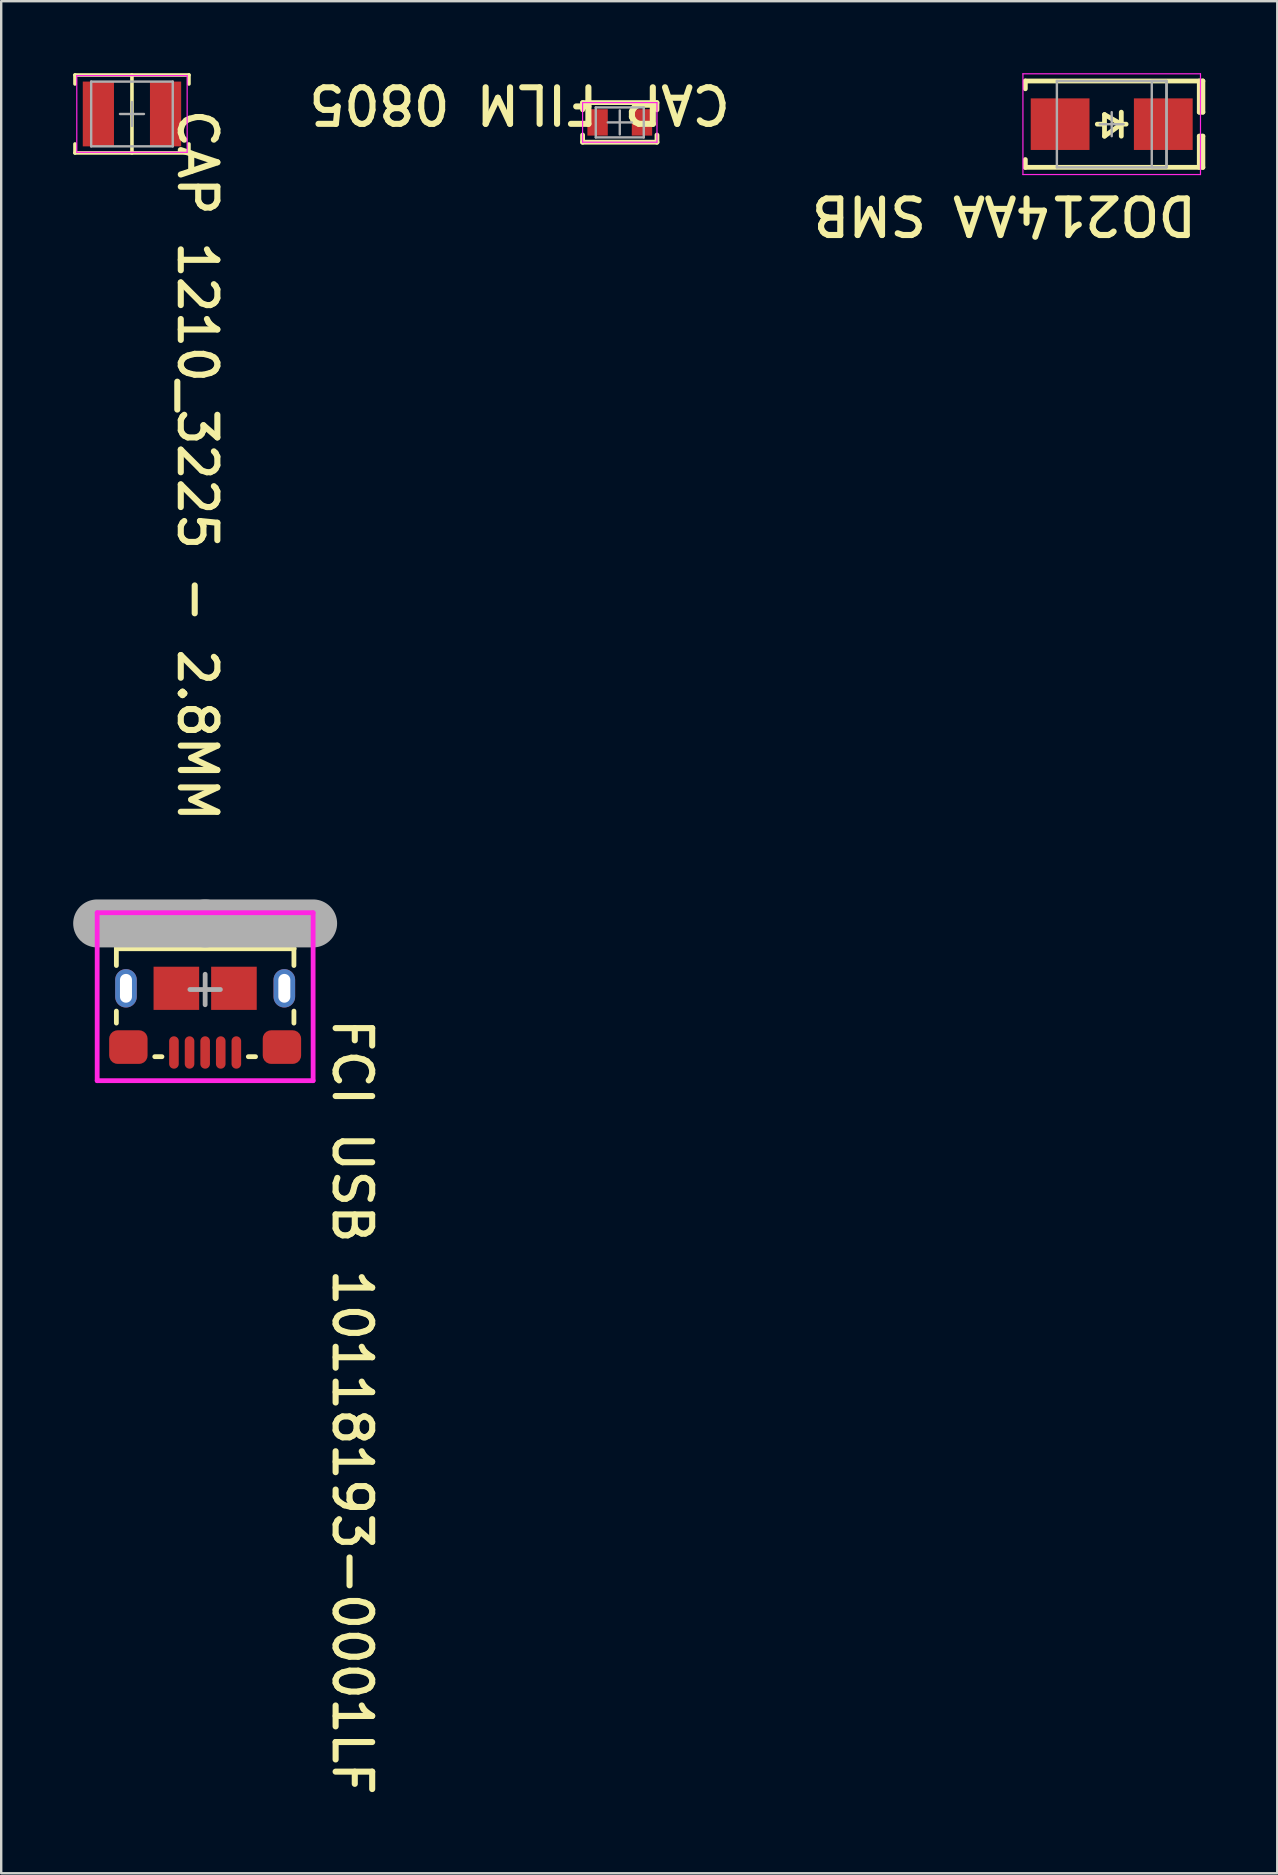
<source format=kicad_pcb>
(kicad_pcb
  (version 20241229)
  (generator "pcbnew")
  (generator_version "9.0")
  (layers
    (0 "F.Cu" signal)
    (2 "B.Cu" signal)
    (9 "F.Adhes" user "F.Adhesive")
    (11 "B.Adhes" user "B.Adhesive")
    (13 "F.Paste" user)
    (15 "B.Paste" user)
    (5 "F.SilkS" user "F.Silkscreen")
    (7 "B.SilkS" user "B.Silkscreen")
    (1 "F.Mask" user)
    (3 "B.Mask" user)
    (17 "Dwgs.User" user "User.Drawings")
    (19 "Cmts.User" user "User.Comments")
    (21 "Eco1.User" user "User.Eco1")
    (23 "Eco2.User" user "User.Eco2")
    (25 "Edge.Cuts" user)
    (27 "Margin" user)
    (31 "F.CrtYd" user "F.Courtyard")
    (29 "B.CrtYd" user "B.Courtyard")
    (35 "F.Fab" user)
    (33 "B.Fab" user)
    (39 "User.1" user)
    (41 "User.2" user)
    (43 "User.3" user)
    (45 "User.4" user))
  (footprint "FCI USB 10118193-0001LF"
    (layer "F.Cu")
    (at 5.5 38.19)
    (property "Reference" "FCI USB 10118193-0001LF" (at 5.238 1.08 270) (unlocked yes) (layer "F.SilkS") (effects (font (size 1.524 1.524) (thickness 0.254)) (justify left bottom)))
    (fp_line (start -3.7 -2.8) (end -3.7 -1.7) (stroke (width 0.2) (type solid)) (layer "F.SilkS"))
    (fp_line (start -3.7 -1.7) (end -3.7 -1) (stroke (width 0.2) (type solid)) (layer "F.SilkS"))
    (fp_line (start -3.7 0.9) (end -3.7 1.4) (stroke (width 0.2) (type solid)) (layer "F.SilkS"))
    (fp_line (start -1.8 2.8) (end -2.1 2.8) (stroke (width 0.2) (type solid)) (layer "F.SilkS"))
    (fp_line (start 2.1 2.8) (end 1.8 2.8) (stroke (width 0.2) (type solid)) (layer "F.SilkS"))
    (fp_line (start 3.7 -2.8) (end -3.7 -2.8) (stroke (width 0.2) (type solid)) (layer "F.SilkS"))
    (fp_line (start 3.7 -2.8) (end 3.7 -1.7) (stroke (width 0.2) (type solid)) (layer "F.SilkS"))
    (fp_line (start 3.7 -1.7) (end -3.7 -1.7) (stroke (width 0.2) (type solid)) (layer "F.SilkS"))
    (fp_line (start 3.7 -1.7) (end 3.7 -1) (stroke (width 0.2) (type solid)) (layer "F.SilkS"))
    (fp_line (start 3.7 0.9) (end 3.7 1.4) (stroke (width 0.2) (type solid)) (layer "F.SilkS"))
    (fp_line (start -4.5 -3.2) (end -4.5 3.8) (stroke (width 0.2) (type solid)) (layer "F.CrtYd"))
    (fp_line (start 4.5 -3.2) (end -4.5 -3.2) (stroke (width 0.2) (type solid)) (layer "F.CrtYd"))
    (fp_line (start 4.5 -3.2) (end 4.5 3.8) (stroke (width 0.2) (type solid)) (layer "F.CrtYd"))
    (fp_line (start 4.5 3.8) (end -4.5 3.8) (stroke (width 0.2) (type solid)) (layer "F.CrtYd"))
    (fp_line (start 0 -2.754) (end -4.5 -2.754) (stroke (width 2) (type solid)) (layer "F.Fab"))
    (fp_line (start 0 -0.635) (end 0 0.635) (stroke (width 0.2) (type solid)) (layer "F.Fab"))
    (fp_line (start 0.635 0) (end -0.635 0) (stroke (width 0.2) (type solid)) (layer "F.Fab"))
    (fp_line (start 4.5 -2.754) (end 0 -2.754) (stroke (width 2) (type solid)) (layer "F.Fab"))
    (pad "1" smd oval (at 1.3 2.625 180) (size 0.4 1.35) (layers "F.Cu" "F.Mask" "F.Paste"))
    (pad "2" smd oval (at 0.65 2.625 180) (size 0.4 1.35) (layers "F.Cu" "F.Mask" "F.Paste"))
    (pad "3" smd oval (at 0 2.625 180) (size 0.4 1.35) (layers "F.Cu" "F.Mask" "F.Paste"))
    (pad "4" smd oval (at -0.65 2.625) (size 0.4 1.35) (layers "F.Cu" "F.Mask" "F.Paste"))
    (pad "5" smd oval (at -1.3 2.625) (size 0.4 1.35) (layers "F.Cu" "F.Mask" "F.Paste"))
    (pad "6" thru_hole oval (at -3.3 -0.05 270) (size 1.6 0.9) (drill oval 1.2 0.5) (layers "*.Cu" "*.Mask"))
    (pad "6" smd roundrect (at -3.2 2.4 180) (size 1.6 1.4) (layers "F.Cu" "F.Mask" "F.Paste") (roundrect_rratio 0.25))
    (pad "6" smd rect (at -1.2 -0.05 180) (size 1.9 1.8) (layers "F.Cu" "F.Mask" "F.Paste"))
    (pad "6" smd rect (at 1.2 -0.05) (size 1.9 1.8) (layers "F.Cu" "F.Mask" "F.Paste"))
    (pad "6" smd roundrect (at 3.2 2.4) (size 1.6 1.4) (layers "F.Cu" "F.Mask" "F.Paste") (roundrect_rratio 0.25))
    (pad "6" thru_hole oval (at 3.3 -0.05 270) (size 1.6 0.9) (drill oval 1.2 0.5) (layers "*.Cu" "*.Mask")))
  (footprint "DO214AA SMB"
    (layer "F.Cu")
    (at 43.283 2.125)
    (property "Reference" "DO214AA SMB" (at 3.658 2.896 180) (unlocked yes) (layer "F.SilkS") (effects (font (size 1.524 1.524) (thickness 0.254)) (justify left bottom)))
    (fp_line (start -3.6 -1.8) (end -3.6 -1.475) (stroke (width 0.2) (type solid)) (layer "F.SilkS"))
    (fp_line (start -3.6 -1.8) (end 3.8 -1.8) (stroke (width 0.2) (type solid)) (layer "F.SilkS"))
    (fp_line (start -3.6 1.475) (end -3.6 1.8) (stroke (width 0.2) (type solid)) (layer "F.SilkS"))
    (fp_line (start -3.6 1.8) (end 3.8 1.8) (stroke (width 0.2) (type solid)) (layer "F.SilkS"))
    (fp_line (start -0.6 0) (end -0.3 0) (stroke (width 0.2) (type solid)) (layer "F.SilkS"))
    (fp_line (start -0.3 -0.4) (end -0.3 0.5) (stroke (width 0.2) (type solid)) (layer "F.SilkS"))
    (fp_line (start -0.3 -0.4) (end 0.4 0) (stroke (width 0.2) (type solid)) (layer "F.SilkS"))
    (fp_line (start -0.3 0.5) (end 0.4 0) (stroke (width 0.2) (type solid)) (layer "F.SilkS"))
    (fp_line (start 0.4 -0.5) (end 0.4 0.5) (stroke (width 0.2) (type solid)) (layer "F.SilkS"))
    (fp_line (start 0.4 0) (end 0.6 0) (stroke (width 0.2) (type solid)) (layer "F.SilkS"))
    (fp_line (start 3.65 -1.8) (end 3.65 -0.5) (stroke (width 0.2) (type solid)) (layer "F.SilkS"))
    (fp_line (start 3.65 -0.5) (end 3.8 -0.5) (stroke (width 0.2) (type solid)) (layer "F.SilkS"))
    (fp_line (start 3.65 0.5) (end 3.65 1.8) (stroke (width 0.2) (type solid)) (layer "F.SilkS"))
    (fp_line (start 3.65 0.5) (end 3.8 0.5) (stroke (width 0.2) (type solid)) (layer "F.SilkS"))
    (fp_line (start 3.8 -1.8) (end 3.8 -0.5) (stroke (width 0.2) (type solid)) (layer "F.SilkS"))
    (fp_line (start 3.8 0.5) (end 3.8 1.8) (stroke (width 0.2) (type solid)) (layer "F.SilkS"))
    (fp_line (start -3.7 -2.1) (end -3.7 2.1) (stroke (width 0.05) (type solid)) (layer "F.CrtYd"))
    (fp_line (start -3.7 -2.1) (end 3.7 -2.1) (stroke (width 0.05) (type solid)) (layer "F.CrtYd"))
    (fp_line (start -3.7 2.1) (end 3.7 2.1) (stroke (width 0.05) (type solid)) (layer "F.CrtYd"))
    (fp_line (start 3.7 -2.1) (end 3.7 2.1) (stroke (width 0.05) (type solid)) (layer "F.CrtYd"))
    (fp_line (start -2.285 -1.8) (end -2.285 1.8) (stroke (width 0.1) (type solid)) (layer "F.Fab"))
    (fp_line (start -2.285 -1.8) (end 2.285 -1.8) (stroke (width 0.1) (type solid)) (layer "F.Fab"))
    (fp_line (start -2.285 1.8) (end 2.285 1.8) (stroke (width 0.1) (type solid)) (layer "F.Fab"))
    (fp_line (start -0.5 0) (end 0.5 0) (stroke (width 0.1) (type solid)) (layer "F.Fab"))
    (fp_line (start 0 -0.5) (end 0 0.5) (stroke (width 0.1) (type solid)) (layer "F.Fab"))
    (fp_line (start 2.285 -1.8) (end 2.285 1.8) (stroke (width 0.1) (type solid)) (layer "F.Fab"))
    (fp_rect (start 1.67 -1.8) (end 2.285 1.8) (stroke (width 0.1) (type default)) (fill no) (layer "F.Fab"))
    (pad "1" smd rect (at -2.15 0 90) (size 2.15 2.45) (layers "F.Cu" "F.Mask" "F.Paste"))
    (pad "2" smd rect (at 2.15 0 90) (size 2.15 2.45) (layers "F.Cu" "F.Mask" "F.Paste")))
  (footprint "CAP 1210_3225 - 2.8MM"
    (layer "F.Cu")
    (at 2.45 1.7)
    (property "Reference" "CAP 1210_3225 - 2.8MM" (at 1.835 -0.33 270) (unlocked yes) (layer "F.SilkS") (effects (font (size 1.524 1.524) (thickness 0.254)) (justify left bottom)))
    (fp_line (start -2.375 -1.625) (end 2.375 -1.625) (stroke (width 0.15) (type solid)) (layer "F.SilkS"))
    (fp_line (start -2.375 -1.25) (end -2.375 -1.625) (stroke (width 0.15) (type solid)) (layer "F.SilkS"))
    (fp_line (start -2.375 1.625) (end -2.375 1.25) (stroke (width 0.15) (type solid)) (layer "F.SilkS"))
    (fp_line (start -2.375 1.625) (end 2.375 1.625) (stroke (width 0.15) (type solid)) (layer "F.SilkS"))
    (fp_line (start 0 1.625) (end 0 -1.625) (stroke (width 0.15) (type solid)) (layer "F.SilkS"))
    (fp_line (start 2.375 -1.25) (end 2.375 -1.625) (stroke (width 0.15) (type solid)) (layer "F.SilkS"))
    (fp_line (start 2.375 1.625) (end 2.375 1.25) (stroke (width 0.15) (type solid)) (layer "F.SilkS"))
    (fp_line (start -2.3 -1.6) (end 2.3 -1.6) (stroke (width 0.05) (type solid)) (layer "F.CrtYd"))
    (fp_line (start -2.3 1.6) (end -2.3 -1.6) (stroke (width 0.05) (type solid)) (layer "F.CrtYd"))
    (fp_line (start -2.3 1.6) (end 2.3 1.6) (stroke (width 0.05) (type solid)) (layer "F.CrtYd"))
    (fp_line (start 2.3 1.6) (end 2.3 -1.6) (stroke (width 0.05) (type solid)) (layer "F.CrtYd"))
    (fp_line (start -1.7 -1.35) (end 1.7 -1.35) (stroke (width 0.1) (type solid)) (layer "F.Fab"))
    (fp_line (start -1.7 1.35) (end -1.7 -1.35) (stroke (width 0.1) (type solid)) (layer "F.Fab"))
    (fp_line (start -1.7 1.35) (end 1.7 1.35) (stroke (width 0.1) (type solid)) (layer "F.Fab"))
    (fp_line (start -0.5 0) (end 0.5 0) (stroke (width 0.1) (type solid)) (layer "F.Fab"))
    (fp_line (start 0 0.5) (end 0 -0.5) (stroke (width 0.1) (type solid)) (layer "F.Fab"))
    (fp_line (start 1.7 1.35) (end 1.7 -1.35) (stroke (width 0.1) (type solid)) (layer "F.Fab"))
    (pad "1" smd rect (at -1.4 0 90) (size 2.7 1.3) (layers "F.Cu" "F.Mask" "F.Paste"))
    (pad "2" smd rect (at 1.4 0 90) (size 2.7 1.3) (layers "F.Cu" "F.Mask" "F.Paste")))
  (footprint "CAP FILM 0805"
    (layer "F.Cu")
    (at 22.781 2.052)
    (property "Reference" "CAP FILM 0805" (at 4.737 -1.664 180) (unlocked yes) (layer "F.SilkS") (effects (font (size 1.524 1.524) (thickness 0.254)) (justify left bottom)))
    (fp_line (start -1.55 -0.825) (end -1.55 -0.525) (stroke (width 0.2) (type solid)) (layer "F.SilkS"))
    (fp_line (start -1.55 -0.825) (end 1.55 -0.825) (stroke (width 0.2) (type solid)) (layer "F.SilkS"))
    (fp_line (start -1.55 0.525) (end -1.55 0.825) (stroke (width 0.2) (type solid)) (layer "F.SilkS"))
    (fp_line (start -1.55 0.825) (end 1.55 0.825) (stroke (width 0.2) (type solid)) (layer "F.SilkS"))
    (fp_line (start 1.55 -0.825) (end 1.55 -0.525) (stroke (width 0.2) (type solid)) (layer "F.SilkS"))
    (fp_line (start 1.55 0.525) (end 1.55 0.825) (stroke (width 0.2) (type solid)) (layer "F.SilkS"))
    (fp_line (start -1.55 -0.825) (end -1.55 0.825) (stroke (width 0.05) (type solid)) (layer "F.CrtYd"))
    (fp_line (start -1.55 -0.825) (end 1.55 -0.825) (stroke (width 0.05) (type solid)) (layer "F.CrtYd"))
    (fp_line (start -1.55 0.825) (end 1.55 0.825) (stroke (width 0.05) (type solid)) (layer "F.CrtYd"))
    (fp_line (start 1.55 -0.825) (end 1.55 0.825) (stroke (width 0.05) (type solid)) (layer "F.CrtYd"))
    (fp_line (start -1 -0.625) (end -1 0.625) (stroke (width 0.1) (type solid)) (layer "F.Fab"))
    (fp_line (start -1 -0.625) (end 1 -0.625) (stroke (width 0.1) (type solid)) (layer "F.Fab"))
    (fp_line (start -1 0.625) (end 1 0.625) (stroke (width 0.1) (type solid)) (layer "F.Fab"))
    (fp_line (start -0.5 0) (end 0.5 0) (stroke (width 0.1) (type solid)) (layer "F.Fab"))
    (fp_line (start 0 -0.5) (end 0 0.5) (stroke (width 0.1) (type solid)) (layer "F.Fab"))
    (fp_line (start 1 -0.625) (end 1 0.625) (stroke (width 0.1) (type solid)) (layer "F.Fab"))
    (pad "1" smd rect (at -0.925 0) (size 0.85 1.1) (layers "F.Cu" "F.Mask" "F.Paste"))
    (pad "2" smd rect (at 0.925 0) (size 0.85 1.1) (layers "F.Cu" "F.Mask" "F.Paste")))
  (gr_rect
    (start -3 -3)
    (end 50.183 75.022)
    (stroke (width 0.1) (type default))
    (fill no)
    (layer "Edge.Cuts")))
</source>
